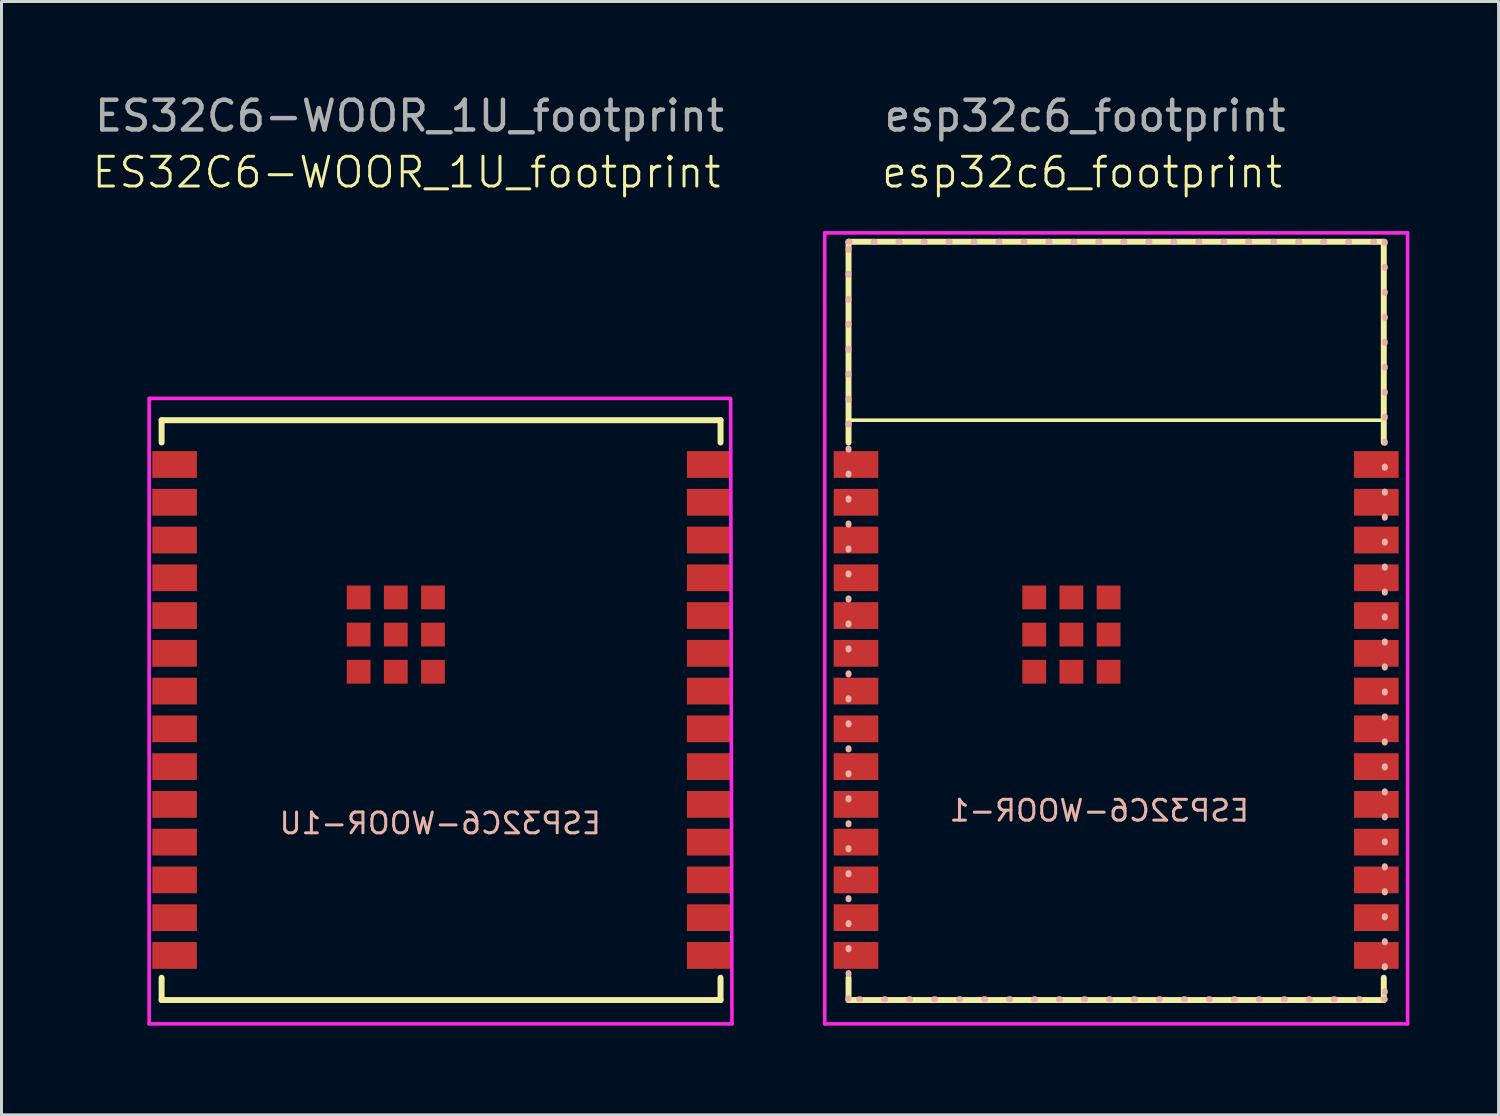
<source format=kicad_pcb>
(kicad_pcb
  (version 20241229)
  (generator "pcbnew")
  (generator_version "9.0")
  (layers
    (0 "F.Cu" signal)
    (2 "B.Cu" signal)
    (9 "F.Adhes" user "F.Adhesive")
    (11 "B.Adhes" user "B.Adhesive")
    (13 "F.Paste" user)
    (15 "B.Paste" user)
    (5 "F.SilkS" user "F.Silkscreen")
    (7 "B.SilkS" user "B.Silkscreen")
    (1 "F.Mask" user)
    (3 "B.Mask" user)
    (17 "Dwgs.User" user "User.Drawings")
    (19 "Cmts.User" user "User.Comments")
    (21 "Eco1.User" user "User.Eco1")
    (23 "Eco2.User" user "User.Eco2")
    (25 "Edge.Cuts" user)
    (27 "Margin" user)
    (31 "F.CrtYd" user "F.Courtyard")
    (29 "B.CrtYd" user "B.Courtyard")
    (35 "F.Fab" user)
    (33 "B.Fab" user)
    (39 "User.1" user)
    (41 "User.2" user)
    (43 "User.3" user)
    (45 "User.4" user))
  (footprint "ES32C6-WOOR_1U_footprint"
    (layer "F.Cu")
    (at 11.021 7.948)
    (property "Reference" "ES32C6-WOOR_1U_footprint" (at -0.4 -5.2 0) (unlocked yes) (layer "F.SilkS") (effects (font (size 1 1) (thickness 0.1))))
    (attr smd)
    (fp_line (start -8.636 3.133) (end -8.636 3.883) (stroke (width 0.2) (type solid)) (layer "F.SilkS"))
    (fp_line (start -8.636 3.133) (end 10.16 3.133) (stroke (width 0.2) (type solid)) (layer "F.SilkS"))
    (fp_line (start -8.636 21.883) (end -8.636 22.633) (stroke (width 0.2) (type solid)) (layer "F.SilkS"))
    (fp_line (start 10.16 3.133) (end 10.16 3.883) (stroke (width 0.2) (type solid)) (layer "F.SilkS"))
    (fp_line (start 10.16 21.883) (end 10.16 22.633) (stroke (width 0.2) (type solid)) (layer "F.SilkS"))
    (fp_line (start 10.16 22.633) (end -8.636 22.633) (stroke (width 0.2) (type solid)) (layer "F.SilkS"))
    (fp_line (start -8.255 3.133) (end 9.745 3.133) (stroke (width 0.12) (type solid)) (layer "Eco2.User"))
    (fp_line (start -8.255 3.133) (end 9.745 3.133) (stroke (width 0.12) (type solid)) (layer "Eco2.User"))
    (fp_line (start -8.255 22.633) (end -8.255 3.133) (stroke (width 0.12) (type solid)) (layer "Eco2.User"))
    (fp_line (start 9.745 3.133) (end 9.745 22.633) (stroke (width 0.12) (type solid)) (layer "Eco2.User"))
    (fp_line (start -9.055 2.4) (end -9.055 23.433) (stroke (width 0.12) (type solid)) (layer "F.CrtYd"))
    (fp_line (start -9.055 23.433) (end 10.545 23.433) (stroke (width 0.12) (type solid)) (layer "F.CrtYd"))
    (fp_line (start 10.45 2.4) (end -9.05 2.4) (stroke (width 0.12) (type solid)) (layer "F.CrtYd"))
    (fp_line (start 10.5 2.4) (end 10.545 23.433) (stroke (width 0.12) (type solid)) (layer "F.CrtYd"))
    (fp_text user "ESP32C6-WOOR-1U" (at 6.2 17.1 0) (unlocked yes) (layer "B.SilkS") (effects (font (size 0.7 0.7) (thickness 0.1)) (justify left bottom mirror)))
    (fp_text user "${REFERENCE}" (at -0.3 -7.1 0) (unlocked yes) (layer "F.Fab") (effects (font (size 1 1) (thickness 0.15))))
    (pad "1" smd rect (at -8.2 4.623) (size 1.5 0.9) (layers "F.Cu" "F.Mask" "F.Paste"))
    (pad "2" smd rect (at -8.2 5.893) (size 1.5 0.9) (layers "F.Cu" "F.Mask" "F.Paste"))
    (pad "3" smd rect (at -8.2 7.163) (size 1.5 0.9) (layers "F.Cu" "F.Mask" "F.Paste"))
    (pad "4" smd rect (at -8.2 8.433) (size 1.5 0.9) (layers "F.Cu" "F.Mask" "F.Paste"))
    (pad "5" smd rect (at -8.2 9.703) (size 1.5 0.9) (layers "F.Cu" "F.Mask" "F.Paste"))
    (pad "6" smd rect (at -8.2 10.973) (size 1.5 0.9) (layers "F.Cu" "F.Mask" "F.Paste"))
    (pad "7" smd rect (at -8.2 12.243) (size 1.5 0.9) (layers "F.Cu" "F.Mask" "F.Paste"))
    (pad "8" smd rect (at -8.2 13.513) (size 1.5 0.9) (layers "F.Cu" "F.Mask" "F.Paste"))
    (pad "9" smd rect (at -8.2 14.783) (size 1.5 0.9) (layers "F.Cu" "F.Mask" "F.Paste"))
    (pad "10" smd rect (at -8.2 16.053) (size 1.5 0.9) (layers "F.Cu" "F.Mask" "F.Paste"))
    (pad "11" smd rect (at -8.2 17.323) (size 1.5 0.9) (layers "F.Cu" "F.Mask" "F.Paste"))
    (pad "12" smd rect (at -8.2 18.593) (size 1.5 0.9) (layers "F.Cu" "F.Mask" "F.Paste"))
    (pad "13" smd rect (at -8.2 19.863) (size 1.5 0.9) (layers "F.Cu" "F.Mask" "F.Paste"))
    (pad "14" smd rect (at -8.2 21.133) (size 1.5 0.9) (layers "F.Cu" "F.Mask" "F.Paste"))
    (pad "15" smd rect (at 9.779 21.133 180) (size 1.5 0.9) (layers "F.Cu" "F.Mask" "F.Paste"))
    (pad "16" smd rect (at 9.779 19.863 180) (size 1.5 0.9) (layers "F.Cu" "F.Mask" "F.Paste"))
    (pad "17" smd rect (at 9.779 18.593 180) (size 1.5 0.9) (layers "F.Cu" "F.Mask" "F.Paste"))
    (pad "18" smd rect (at 9.779 17.323 180) (size 1.5 0.9) (layers "F.Cu" "F.Mask" "F.Paste"))
    (pad "19" smd rect (at 9.779 16.053 180) (size 1.5 0.9) (layers "F.Cu" "F.Mask" "F.Paste"))
    (pad "20" smd rect (at 9.779 14.783 180) (size 1.5 0.9) (layers "F.Cu" "F.Mask" "F.Paste"))
    (pad "21" smd rect (at 9.779 13.513 180) (size 1.5 0.9) (layers "F.Cu" "F.Mask" "F.Paste"))
    (pad "22" smd rect (at 9.779 12.243 180) (size 1.5 0.9) (layers "F.Cu" "F.Mask" "F.Paste"))
    (pad "23" smd rect (at 9.779 10.973 180) (size 1.5 0.9) (layers "F.Cu" "F.Mask" "F.Paste"))
    (pad "24" smd rect (at 9.779 9.703 180) (size 1.5 0.9) (layers "F.Cu" "F.Mask" "F.Paste"))
    (pad "25" smd rect (at 9.779 8.433 180) (size 1.5 0.9) (layers "F.Cu" "F.Mask" "F.Paste"))
    (pad "26" smd rect (at 9.779 7.163 180) (size 1.5 0.9) (layers "F.Cu" "F.Mask" "F.Paste"))
    (pad "27" smd rect (at 9.779 5.893 180) (size 1.5 0.9) (layers "F.Cu" "F.Mask" "F.Paste"))
    (pad "28" smd rect (at 9.779 4.623 180) (size 1.5 0.9) (layers "F.Cu" "F.Mask" "F.Paste"))
    (pad "29" smd rect (at -2.01 9.093 180) (size 0.8 0.8) (layers "F.Cu" "F.Mask" "F.Paste"))
    (pad "29" smd rect (at -2.01 10.343 180) (size 0.8 0.8) (layers "F.Cu" "F.Mask" "F.Paste"))
    (pad "29" smd rect (at -2.01 11.593 180) (size 0.8 0.8) (layers "F.Cu" "F.Mask" "F.Paste"))
    (pad "29" smd rect (at -0.76 9.093 180) (size 0.8 0.8) (layers "F.Cu" "F.Mask" "F.Paste"))
    (pad "29" smd rect (at -0.76 10.343 180) (size 0.8 0.8) (layers "F.Cu" "F.Mask" "F.Paste"))
    (pad "29" smd rect (at -0.76 11.593 180) (size 0.8 0.8) (layers "F.Cu" "F.Mask" "F.Paste"))
    (pad "29" smd rect (at 0.49 9.093 180) (size 0.8 0.8) (layers "F.Cu" "F.Mask" "F.Paste"))
    (pad "29" smd rect (at 0.49 10.343 180) (size 0.8 0.8) (layers "F.Cu" "F.Mask" "F.Paste"))
    (pad "29" smd rect (at 0.49 11.593 180) (size 0.8 0.8) (layers "F.Cu" "F.Mask" "F.Paste")))
  (footprint "esp32c6_footprint"
    (layer "F.Cu")
    (at 33.741 7.948)
    (property "Reference" "esp32c6_footprint" (at -0.4 -5.2 0) (unlocked yes) (layer "F.SilkS") (effects (font (size 1 1) (thickness 0.1))))
    (attr smd)
    (fp_line (start -8.255 -2.867) (end -8.255 3.883) (stroke (width 0.2) (type solid)) (layer "F.SilkS"))
    (fp_line (start -8.255 -2.867) (end 9.745 -2.867) (stroke (width 0.2) (type solid)) (layer "F.SilkS"))
    (fp_line (start -8.255 21.883) (end -8.255 22.633) (stroke (width 0.2) (type solid)) (layer "F.SilkS"))
    (fp_line (start -8.255 22.633) (end -7.255 22.633) (stroke (width 0.12) (type solid)) (layer "F.SilkS"))
    (fp_line (start 9.745 -2.867) (end 9.745 3.883) (stroke (width 0.2) (type solid)) (layer "F.SilkS"))
    (fp_line (start 9.745 3.133) (end -8.255 3.133) (stroke (width 0.12) (type solid)) (layer "F.SilkS"))
    (fp_line (start 9.745 21.883) (end 9.745 22.633) (stroke (width 0.2) (type solid)) (layer "F.SilkS"))
    (fp_line (start 9.745 22.633) (end -8.255 22.633) (stroke (width 0.2) (type solid)) (layer "F.SilkS"))
    (fp_line (start 9.745 22.633) (end 8.745 22.633) (stroke (width 0.12) (type solid)) (layer "F.SilkS"))
    (fp_rect (start -8.255 -2.867) (end 9.779 22.606) (stroke (width 0.2) (type dot)) (fill no) (layer "B.SilkS"))
    (fp_line (start -8.255 -2.867) (end 9.745 -2.867) (stroke (width 0.12) (type solid)) (layer "Eco2.User"))
    (fp_line (start -8.255 3.133) (end 9.745 3.133) (stroke (width 0.12) (type solid)) (layer "Eco2.User"))
    (fp_line (start -8.255 22.633) (end -8.255 -2.867) (stroke (width 0.12) (type solid)) (layer "Eco2.User"))
    (fp_line (start 9.745 -2.867) (end 9.745 22.633) (stroke (width 0.12) (type solid)) (layer "Eco2.User"))
    (fp_line (start -9.055 -3.167) (end -9.055 23.433) (stroke (width 0.12) (type solid)) (layer "F.CrtYd"))
    (fp_line (start -9.055 23.433) (end 10.545 23.433) (stroke (width 0.12) (type solid)) (layer "F.CrtYd"))
    (fp_line (start 10.545 -3.167) (end -9.055 -3.167) (stroke (width 0.12) (type solid)) (layer "F.CrtYd"))
    (fp_line (start 10.545 -3.167) (end 10.545 23.433) (stroke (width 0.12) (type solid)) (layer "F.CrtYd"))
    (fp_text user "ESP32C6-WOOR-1" (at 5.275 16.673 0) (unlocked yes) (layer "B.SilkS") (effects (font (size 0.7 0.7) (thickness 0.1)) (justify left bottom mirror)))
    (fp_text user "Antenna Area" (at 0.745 0.133 0) (layer "Eco2.User") (effects (font (size 1 1) (thickness 0.15))))
    (fp_text user "${REFERENCE}" (at -0.3 -7.1 0) (unlocked yes) (layer "F.Fab") (effects (font (size 1 1) (thickness 0.15))))
    (pad "1" smd rect (at -8.005 4.623) (size 1.5 0.9) (layers "F.Cu" "F.Mask" "F.Paste"))
    (pad "2" smd rect (at -8.005 5.893) (size 1.5 0.9) (layers "F.Cu" "F.Mask" "F.Paste"))
    (pad "3" smd rect (at -8.005 7.163) (size 1.5 0.9) (layers "F.Cu" "F.Mask" "F.Paste"))
    (pad "4" smd rect (at -8.005 8.433) (size 1.5 0.9) (layers "F.Cu" "F.Mask" "F.Paste"))
    (pad "5" smd rect (at -8.005 9.703) (size 1.5 0.9) (layers "F.Cu" "F.Mask" "F.Paste"))
    (pad "6" smd rect (at -8.005 10.973) (size 1.5 0.9) (layers "F.Cu" "F.Mask" "F.Paste"))
    (pad "7" smd rect (at -8.005 12.243) (size 1.5 0.9) (layers "F.Cu" "F.Mask" "F.Paste"))
    (pad "8" smd rect (at -8.005 13.513) (size 1.5 0.9) (layers "F.Cu" "F.Mask" "F.Paste"))
    (pad "9" smd rect (at -8.005 14.783) (size 1.5 0.9) (layers "F.Cu" "F.Mask" "F.Paste"))
    (pad "10" smd rect (at -8.005 16.053) (size 1.5 0.9) (layers "F.Cu" "F.Mask" "F.Paste"))
    (pad "11" smd rect (at -8.005 17.323) (size 1.5 0.9) (layers "F.Cu" "F.Mask" "F.Paste"))
    (pad "12" smd rect (at -8.005 18.593) (size 1.5 0.9) (layers "F.Cu" "F.Mask" "F.Paste"))
    (pad "13" smd rect (at -8.005 19.863) (size 1.5 0.9) (layers "F.Cu" "F.Mask" "F.Paste"))
    (pad "14" smd rect (at -8.005 21.133) (size 1.5 0.9) (layers "F.Cu" "F.Mask" "F.Paste"))
    (pad "15" smd rect (at 9.495 21.133 180) (size 1.5 0.9) (layers "F.Cu" "F.Mask" "F.Paste"))
    (pad "16" smd rect (at 9.495 19.863 180) (size 1.5 0.9) (layers "F.Cu" "F.Mask" "F.Paste"))
    (pad "17" smd rect (at 9.495 18.593 180) (size 1.5 0.9) (layers "F.Cu" "F.Mask" "F.Paste"))
    (pad "18" smd rect (at 9.495 17.323 180) (size 1.5 0.9) (layers "F.Cu" "F.Mask" "F.Paste"))
    (pad "19" smd rect (at 9.495 16.053 180) (size 1.5 0.9) (layers "F.Cu" "F.Mask" "F.Paste"))
    (pad "20" smd rect (at 9.495 14.783 180) (size 1.5 0.9) (layers "F.Cu" "F.Mask" "F.Paste"))
    (pad "21" smd rect (at 9.495 13.513 180) (size 1.5 0.9) (layers "F.Cu" "F.Mask" "F.Paste"))
    (pad "22" smd rect (at 9.495 12.243 180) (size 1.5 0.9) (layers "F.Cu" "F.Mask" "F.Paste"))
    (pad "23" smd rect (at 9.495 10.973 180) (size 1.5 0.9) (layers "F.Cu" "F.Mask" "F.Paste"))
    (pad "24" smd rect (at 9.495 9.703 180) (size 1.5 0.9) (layers "F.Cu" "F.Mask" "F.Paste"))
    (pad "25" smd rect (at 9.495 8.433 180) (size 1.5 0.9) (layers "F.Cu" "F.Mask" "F.Paste"))
    (pad "26" smd rect (at 9.495 7.163 180) (size 1.5 0.9) (layers "F.Cu" "F.Mask" "F.Paste"))
    (pad "27" smd rect (at 9.495 5.893 180) (size 1.5 0.9) (layers "F.Cu" "F.Mask" "F.Paste"))
    (pad "28" smd rect (at 9.495 4.623 180) (size 1.5 0.9) (layers "F.Cu" "F.Mask" "F.Paste"))
    (pad "29" smd rect (at -2.01 9.093 180) (size 0.8 0.8) (layers "F.Cu" "F.Mask" "F.Paste"))
    (pad "29" smd rect (at -2.01 10.343 180) (size 0.8 0.8) (layers "F.Cu" "F.Mask" "F.Paste"))
    (pad "29" smd rect (at -2.01 11.593 180) (size 0.8 0.8) (layers "F.Cu" "F.Mask" "F.Paste"))
    (pad "29" smd rect (at -0.76 9.093 180) (size 0.8 0.8) (layers "F.Cu" "F.Mask" "F.Paste"))
    (pad "29" smd rect (at -0.76 10.343 180) (size 0.8 0.8) (layers "F.Cu" "F.Mask" "F.Paste"))
    (pad "29" smd rect (at -0.76 11.593 180) (size 0.8 0.8) (layers "F.Cu" "F.Mask" "F.Paste"))
    (pad "29" smd rect (at 0.49 9.093 180) (size 0.8 0.8) (layers "F.Cu" "F.Mask" "F.Paste"))
    (pad "29" smd rect (at 0.49 10.343 180) (size 0.8 0.8) (layers "F.Cu" "F.Mask" "F.Paste"))
    (pad "29" smd rect (at 0.49 11.593 180) (size 0.8 0.8) (layers "F.Cu" "F.Mask" "F.Paste"))
    (zone (net_name "") (layers "F.Cu" "B.Cu") (name "antenna keepout") (hatch edge 0.508) (connect_pads) (min_thickness 0.254) (filled_areas_thickness no) (keepout (tracks not_allowed) (vias not_allowed) (pads not_allowed) (copperpour not_allowed) (footprints not_allowed)) (placement (enabled no)) (fill) (polygon (pts (xy 43.486 11.081) (xy 25.486 11.081) (xy 25.486 5.081) (xy 43.486 5.081)))))
  (gr_rect
    (start -3 -3)
    (end 47.346 34.441)
    (stroke (width 0.1) (type default))
    (fill no)
    (layer "Edge.Cuts")))
</source>
